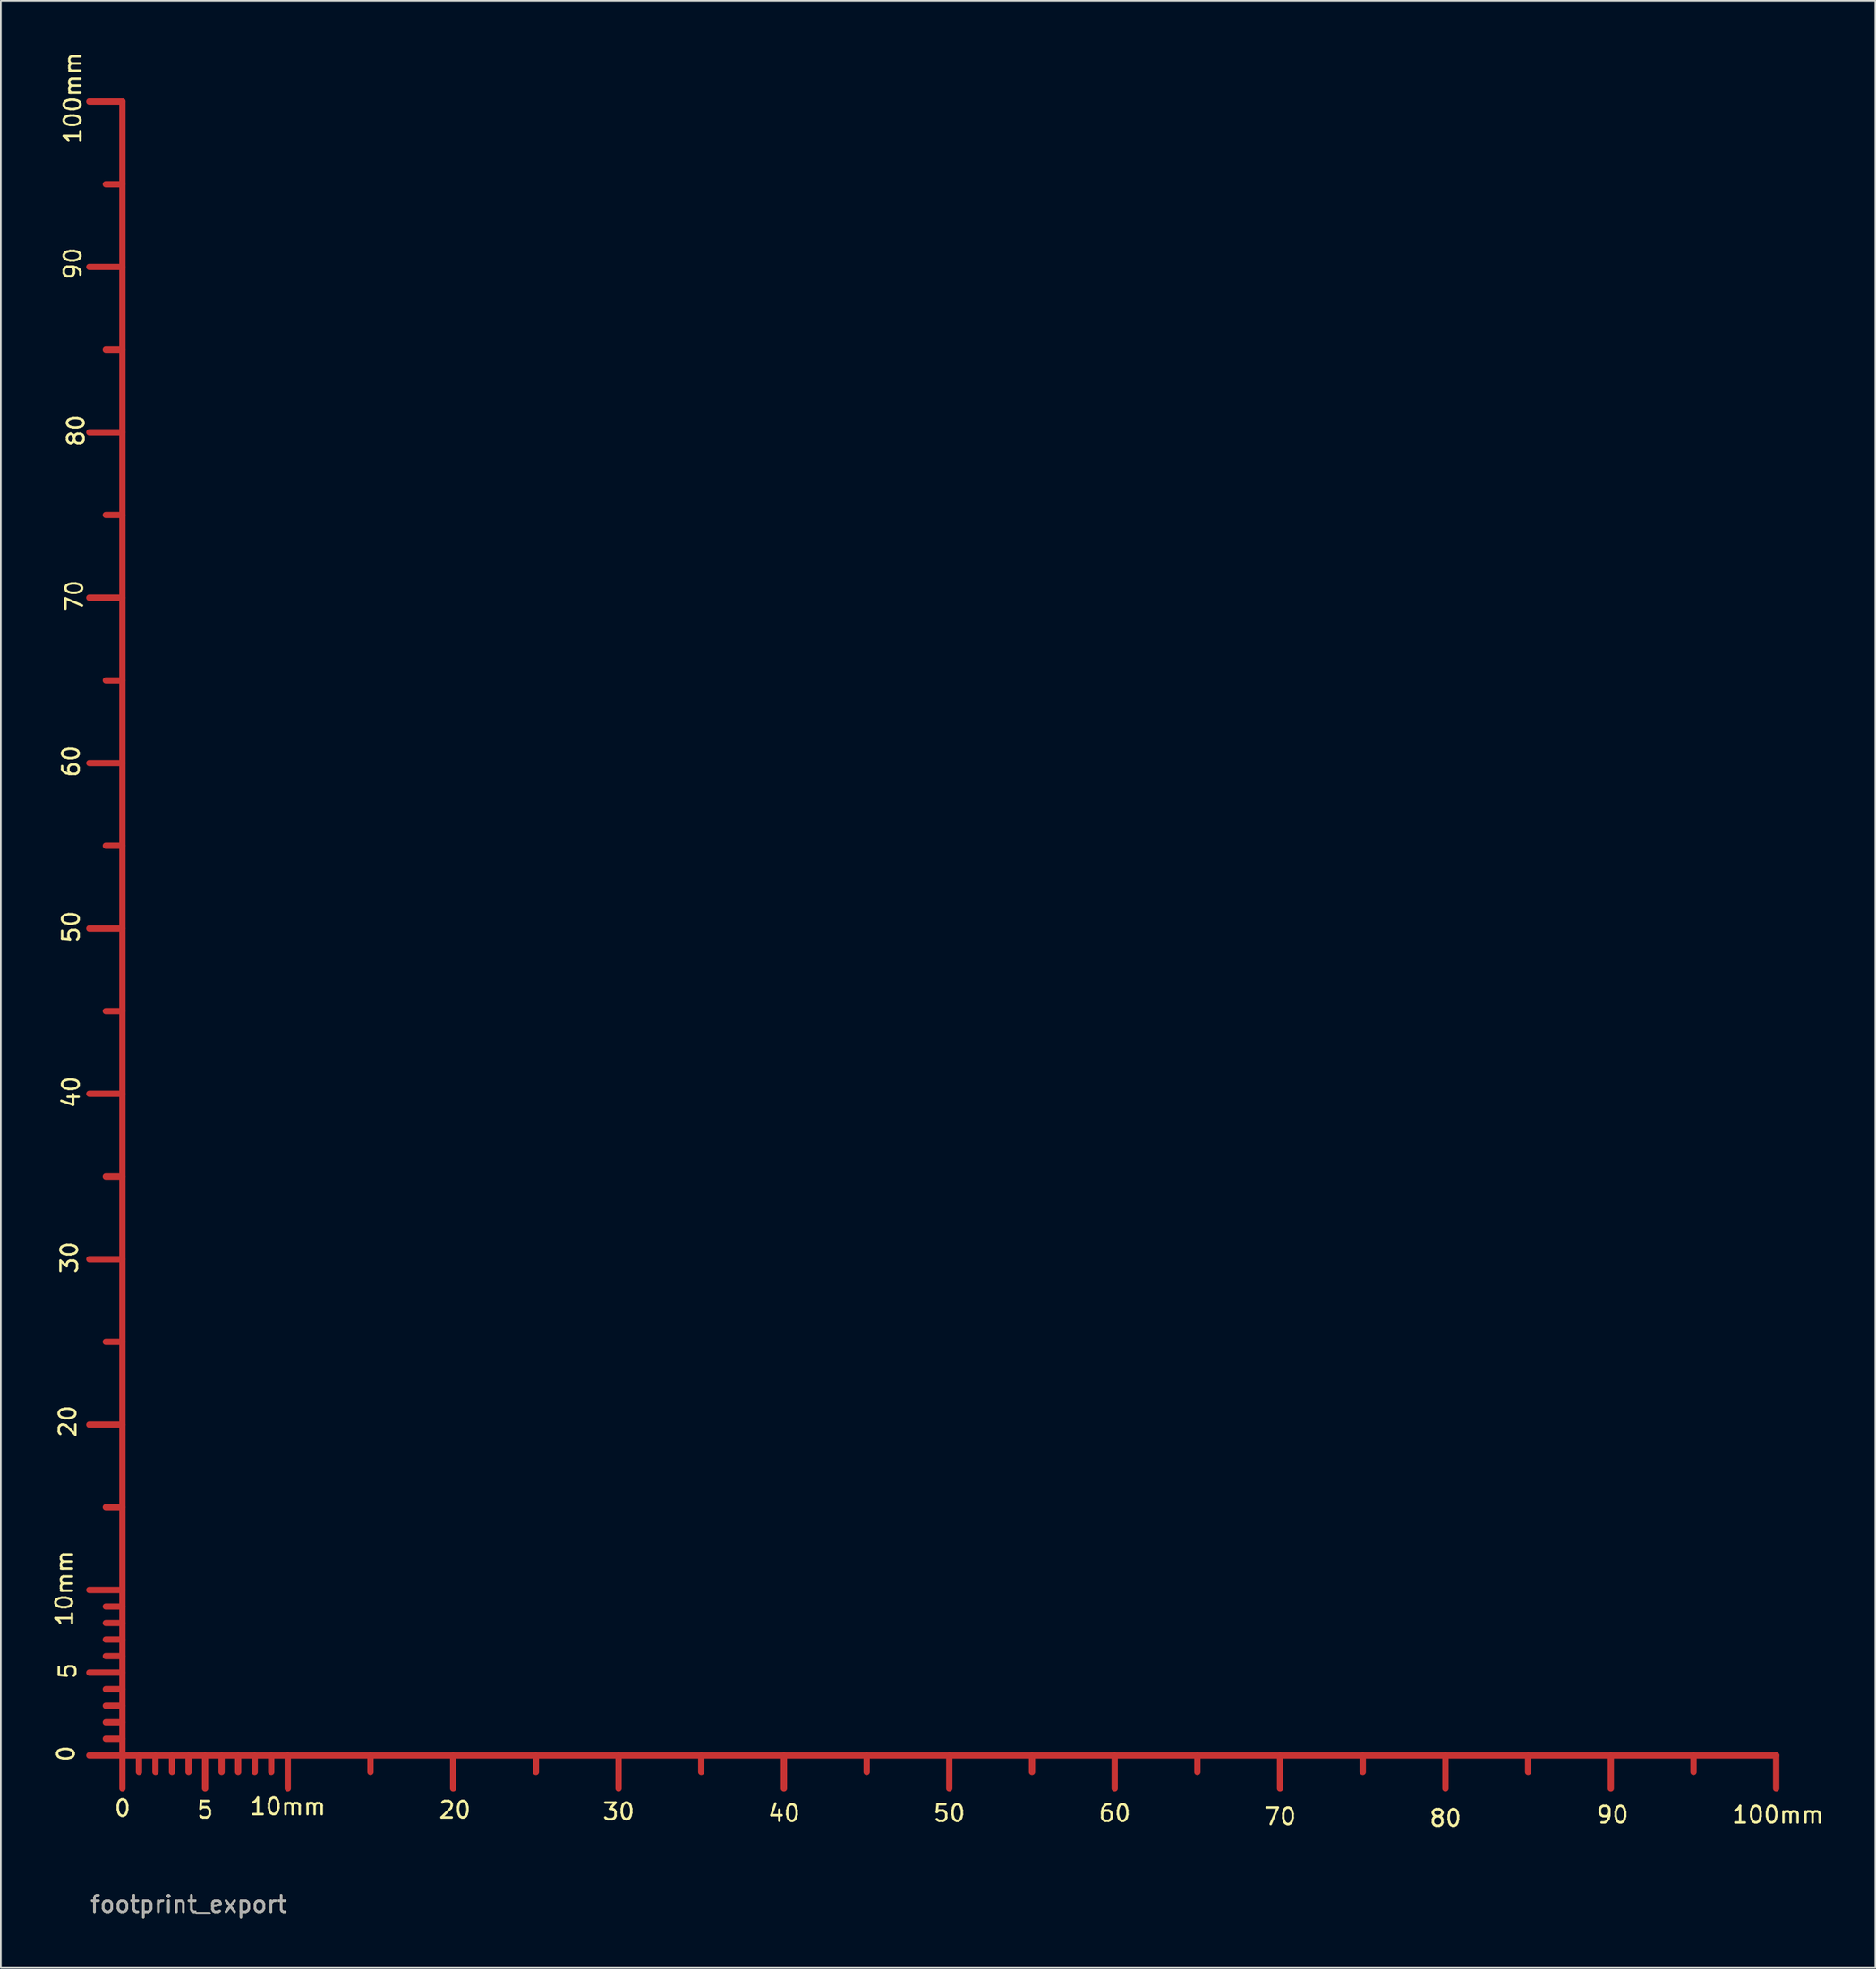
<source format=kicad_pcb>
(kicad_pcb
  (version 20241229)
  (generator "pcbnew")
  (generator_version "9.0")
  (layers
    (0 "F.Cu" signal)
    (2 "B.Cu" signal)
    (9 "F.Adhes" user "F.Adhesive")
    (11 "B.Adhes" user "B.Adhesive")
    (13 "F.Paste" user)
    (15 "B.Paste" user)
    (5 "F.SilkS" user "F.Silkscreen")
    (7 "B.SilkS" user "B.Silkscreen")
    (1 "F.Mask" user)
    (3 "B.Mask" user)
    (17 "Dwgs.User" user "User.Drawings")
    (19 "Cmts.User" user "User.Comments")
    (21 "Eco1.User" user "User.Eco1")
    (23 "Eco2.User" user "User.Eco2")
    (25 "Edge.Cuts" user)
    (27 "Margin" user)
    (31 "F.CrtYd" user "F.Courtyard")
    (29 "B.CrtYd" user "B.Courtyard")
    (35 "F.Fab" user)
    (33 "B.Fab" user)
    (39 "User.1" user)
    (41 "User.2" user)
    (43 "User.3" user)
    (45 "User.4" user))
  (footprint "footprint_export"
    (layer "F.Cu")
    (at 4.351 103.092)
    (property "Reference" "footprint_export" (at 4 8.999 0) (layer "F.SilkS") (effects (font (size 1 1) (thickness 0.15))))
    (attr exclude_from_pos_files exclude_from_bom)
    (fp_line (start 0 -100) (end -1.999 -100) (stroke (width 0.381) (type solid)) (layer "F.Cu"))
    (fp_line (start 0 -95.001) (end -1.001 -95.001) (stroke (width 0.381) (type solid)) (layer "F.Cu"))
    (fp_line (start 0 -90) (end -1.999 -90) (stroke (width 0.381) (type solid)) (layer "F.Cu"))
    (fp_line (start 0 -85.001) (end -1.001 -85.001) (stroke (width 0.381) (type solid)) (layer "F.Cu"))
    (fp_line (start 0 -80) (end -1.999 -80) (stroke (width 0.381) (type solid)) (layer "F.Cu"))
    (fp_line (start 0 -75.001) (end -1.001 -75.001) (stroke (width 0.381) (type solid)) (layer "F.Cu"))
    (fp_line (start 0 -70) (end -1.999 -70) (stroke (width 0.381) (type solid)) (layer "F.Cu"))
    (fp_line (start 0 -65.001) (end -1.001 -65.001) (stroke (width 0.381) (type solid)) (layer "F.Cu"))
    (fp_line (start 0 -60) (end -1.999 -60) (stroke (width 0.381) (type solid)) (layer "F.Cu"))
    (fp_line (start 0 -55.001) (end -1.001 -55.001) (stroke (width 0.381) (type solid)) (layer "F.Cu"))
    (fp_line (start 0 -50) (end -1.999 -50) (stroke (width 0.381) (type solid)) (layer "F.Cu"))
    (fp_line (start 0 -45.001) (end -1.001 -45.001) (stroke (width 0.381) (type solid)) (layer "F.Cu"))
    (fp_line (start 0 -40) (end -1.999 -40) (stroke (width 0.381) (type solid)) (layer "F.Cu"))
    (fp_line (start 0 -35.001) (end -1.001 -35.001) (stroke (width 0.381) (type solid)) (layer "F.Cu"))
    (fp_line (start 0 -30) (end -1.999 -30) (stroke (width 0.381) (type solid)) (layer "F.Cu"))
    (fp_line (start 0 -25.001) (end -1.001 -25.001) (stroke (width 0.381) (type solid)) (layer "F.Cu"))
    (fp_line (start 0 -20) (end -1.999 -20) (stroke (width 0.381) (type solid)) (layer "F.Cu"))
    (fp_line (start 0 -15.001) (end -1.001 -15.001) (stroke (width 0.381) (type solid)) (layer "F.Cu"))
    (fp_line (start 0 -10) (end -1.999 -10) (stroke (width 0.381) (type solid)) (layer "F.Cu"))
    (fp_line (start 0 -8.999) (end -1.001 -8.999) (stroke (width 0.381) (type solid)) (layer "F.Cu"))
    (fp_line (start 0 -8.001) (end -1.001 -8.001) (stroke (width 0.381) (type solid)) (layer "F.Cu"))
    (fp_line (start 0 -7) (end -1.001 -7) (stroke (width 0.381) (type solid)) (layer "F.Cu"))
    (fp_line (start 0 -5.999) (end -1.001 -5.999) (stroke (width 0.381) (type solid)) (layer "F.Cu"))
    (fp_line (start 0 -5.001) (end -1.999 -5.001) (stroke (width 0.381) (type solid)) (layer "F.Cu"))
    (fp_line (start 0 -4) (end -1.001 -4) (stroke (width 0.381) (type solid)) (layer "F.Cu"))
    (fp_line (start 0 -3) (end -1.001 -3) (stroke (width 0.381) (type solid)) (layer "F.Cu"))
    (fp_line (start 0 -1.999) (end -1.001 -1.999) (stroke (width 0.381) (type solid)) (layer "F.Cu"))
    (fp_line (start 0 -1.001) (end -1.001 -1.001) (stroke (width 0.381) (type solid)) (layer "F.Cu"))
    (fp_line (start 0 0) (end -1.999 0) (stroke (width 0.381) (type solid)) (layer "F.Cu"))
    (fp_line (start 0 0) (end 0 -100) (stroke (width 0.381) (type solid)) (layer "F.Cu"))
    (fp_line (start 0 0) (end 0 1.999) (stroke (width 0.381) (type solid)) (layer "F.Cu"))
    (fp_line (start 0 0) (end 10 0) (stroke (width 0.381) (type solid)) (layer "F.Cu"))
    (fp_line (start 1.001 0) (end 1.001 1.001) (stroke (width 0.381) (type solid)) (layer "F.Cu"))
    (fp_line (start 1.999 0) (end 1.999 1.001) (stroke (width 0.381) (type solid)) (layer "F.Cu"))
    (fp_line (start 3 0) (end 3 1.001) (stroke (width 0.381) (type solid)) (layer "F.Cu"))
    (fp_line (start 4 0) (end 4 1.001) (stroke (width 0.381) (type solid)) (layer "F.Cu"))
    (fp_line (start 5.001 0) (end 5.001 1.999) (stroke (width 0.381) (type solid)) (layer "F.Cu"))
    (fp_line (start 5.999 0) (end 5.999 1.001) (stroke (width 0.381) (type solid)) (layer "F.Cu"))
    (fp_line (start 7 0) (end 7 1.001) (stroke (width 0.381) (type solid)) (layer "F.Cu"))
    (fp_line (start 8.001 0) (end 8.001 1.001) (stroke (width 0.381) (type solid)) (layer "F.Cu"))
    (fp_line (start 8.999 0) (end 8.999 1.001) (stroke (width 0.381) (type solid)) (layer "F.Cu"))
    (fp_line (start 10 0) (end 10 1.999) (stroke (width 0.381) (type solid)) (layer "F.Cu"))
    (fp_line (start 10 0) (end 100 0) (stroke (width 0.381) (type solid)) (layer "F.Cu"))
    (fp_line (start 15.001 0) (end 15.001 1.001) (stroke (width 0.381) (type solid)) (layer "F.Cu"))
    (fp_line (start 20 0) (end 20 1.999) (stroke (width 0.381) (type solid)) (layer "F.Cu"))
    (fp_line (start 25.001 0) (end 25.001 1.001) (stroke (width 0.381) (type solid)) (layer "F.Cu"))
    (fp_line (start 30 0) (end 30 1.999) (stroke (width 0.381) (type solid)) (layer "F.Cu"))
    (fp_line (start 35.001 0) (end 35.001 1.001) (stroke (width 0.381) (type solid)) (layer "F.Cu"))
    (fp_line (start 40 0) (end 40 1.999) (stroke (width 0.381) (type solid)) (layer "F.Cu"))
    (fp_line (start 45.001 0) (end 45.001 1.001) (stroke (width 0.381) (type solid)) (layer "F.Cu"))
    (fp_line (start 50 0) (end 50 1.999) (stroke (width 0.381) (type solid)) (layer "F.Cu"))
    (fp_line (start 55.001 0) (end 55.001 1.001) (stroke (width 0.381) (type solid)) (layer "F.Cu"))
    (fp_line (start 60 0) (end 60 1.999) (stroke (width 0.381) (type solid)) (layer "F.Cu"))
    (fp_line (start 65.001 0) (end 65.001 1.001) (stroke (width 0.381) (type solid)) (layer "F.Cu"))
    (fp_line (start 70 0) (end 70 1.999) (stroke (width 0.381) (type solid)) (layer "F.Cu"))
    (fp_line (start 75.001 0) (end 75.001 1.001) (stroke (width 0.381) (type solid)) (layer "F.Cu"))
    (fp_line (start 80 0) (end 80 1.999) (stroke (width 0.381) (type solid)) (layer "F.Cu"))
    (fp_line (start 85.001 0) (end 85.001 1.001) (stroke (width 0.381) (type solid)) (layer "F.Cu"))
    (fp_line (start 90 0) (end 90 1.999) (stroke (width 0.381) (type solid)) (layer "F.Cu"))
    (fp_line (start 95.001 0) (end 95.001 1.001) (stroke (width 0.381) (type solid)) (layer "F.Cu"))
    (fp_line (start 100 0) (end 100 1.999) (stroke (width 0.381) (type solid)) (layer "F.Cu"))
    (fp_text user "10mm" (at -3.503 -10.104 90) (layer "F.SilkS") (effects (font (size 1 1) (thickness 0.15))))
    (fp_text user "30" (at 30.005 3.399 0) (layer "F.SilkS") (effects (font (size 1 1) (thickness 0.15))))
    (fp_text user "10mm" (at 10.005 3.099 0) (layer "F.SilkS") (effects (font (size 1 1) (thickness 0.15))))
    (fp_text user "20" (at -3.302 -20.203 90) (layer "F.SilkS") (effects (font (size 1 1) (thickness 0.15))))
    (fp_text user "80" (at 80.005 3.8 0) (layer "F.SilkS") (effects (font (size 1 1) (thickness 0.15))))
    (fp_text user "60" (at -3.101 -60.104 90) (layer "F.SilkS") (effects (font (size 1 1) (thickness 0.15))))
    (fp_text user "0" (at -3.404 -0.104 90) (layer "F.SilkS") (effects (font (size 1 1) (thickness 0.15))))
    (fp_text user "70" (at 70.005 3.701 0) (layer "F.SilkS") (effects (font (size 1 1) (thickness 0.15))))
    (fp_text user "80" (at -2.802 -80.104 90) (layer "F.SilkS") (effects (font (size 1 1) (thickness 0.15))))
    (fp_text user "90" (at 90.106 3.602 0) (layer "F.SilkS") (effects (font (size 1 1) (thickness 0.15))))
    (fp_text user "100mm" (at 100.106 3.602 0) (layer "F.SilkS") (effects (font (size 1 1) (thickness 0.15))))
    (fp_text user "60" (at 60.005 3.5 0) (layer "F.SilkS") (effects (font (size 1 1) (thickness 0.15))))
    (fp_text user "0" (at 0.005 3.198 0) (layer "F.SilkS") (effects (font (size 1 1) (thickness 0.15))))
    (fp_text user "40" (at -3.101 -40.104 90) (layer "F.SilkS") (effects (font (size 1 1) (thickness 0.15))))
    (fp_text user "90" (at -3 -90.206 90) (layer "F.SilkS") (effects (font (size 1 1) (thickness 0.15))))
    (fp_text user "5" (at 5.004 3.299 0) (layer "F.SilkS") (effects (font (size 1 1) (thickness 0.15))))
    (fp_text user "50" (at 50.005 3.5 0) (layer "F.SilkS") (effects (font (size 1 1) (thickness 0.15))))
    (fp_text user "50" (at -3.101 -50.104 90) (layer "F.SilkS") (effects (font (size 1 1) (thickness 0.15))))
    (fp_text user "5" (at -3.302 -5.103 90) (layer "F.SilkS") (effects (font (size 1 1) (thickness 0.15))))
    (fp_text user "100mm" (at -3 -100.206 90) (layer "F.SilkS") (effects (font (size 1 1) (thickness 0.15))))
    (fp_text user "40" (at 40.005 3.5 0) (layer "F.SilkS") (effects (font (size 1 1) (thickness 0.15))))
    (fp_text user "30" (at -3.203 -30.104 90) (layer "F.SilkS") (effects (font (size 1 1) (thickness 0.15))))
    (fp_text user "20" (at 20.104 3.299 0) (layer "F.SilkS") (effects (font (size 1 1) (thickness 0.15))))
    (fp_text user "70" (at -2.901 -70.104 90) (layer "F.SilkS") (effects (font (size 1 1) (thickness 0.15))))
    (fp_text user "${REFERENCE}" (at 4 8.999 0) (layer "F.Fab") (effects (font (size 1 1) (thickness 0.15)))))
  (gr_rect
    (start -3 -3)
    (end 110.344 115.94)
    (stroke (width 0.1) (type default))
    (fill no)
    (layer "Edge.Cuts")))
</source>
